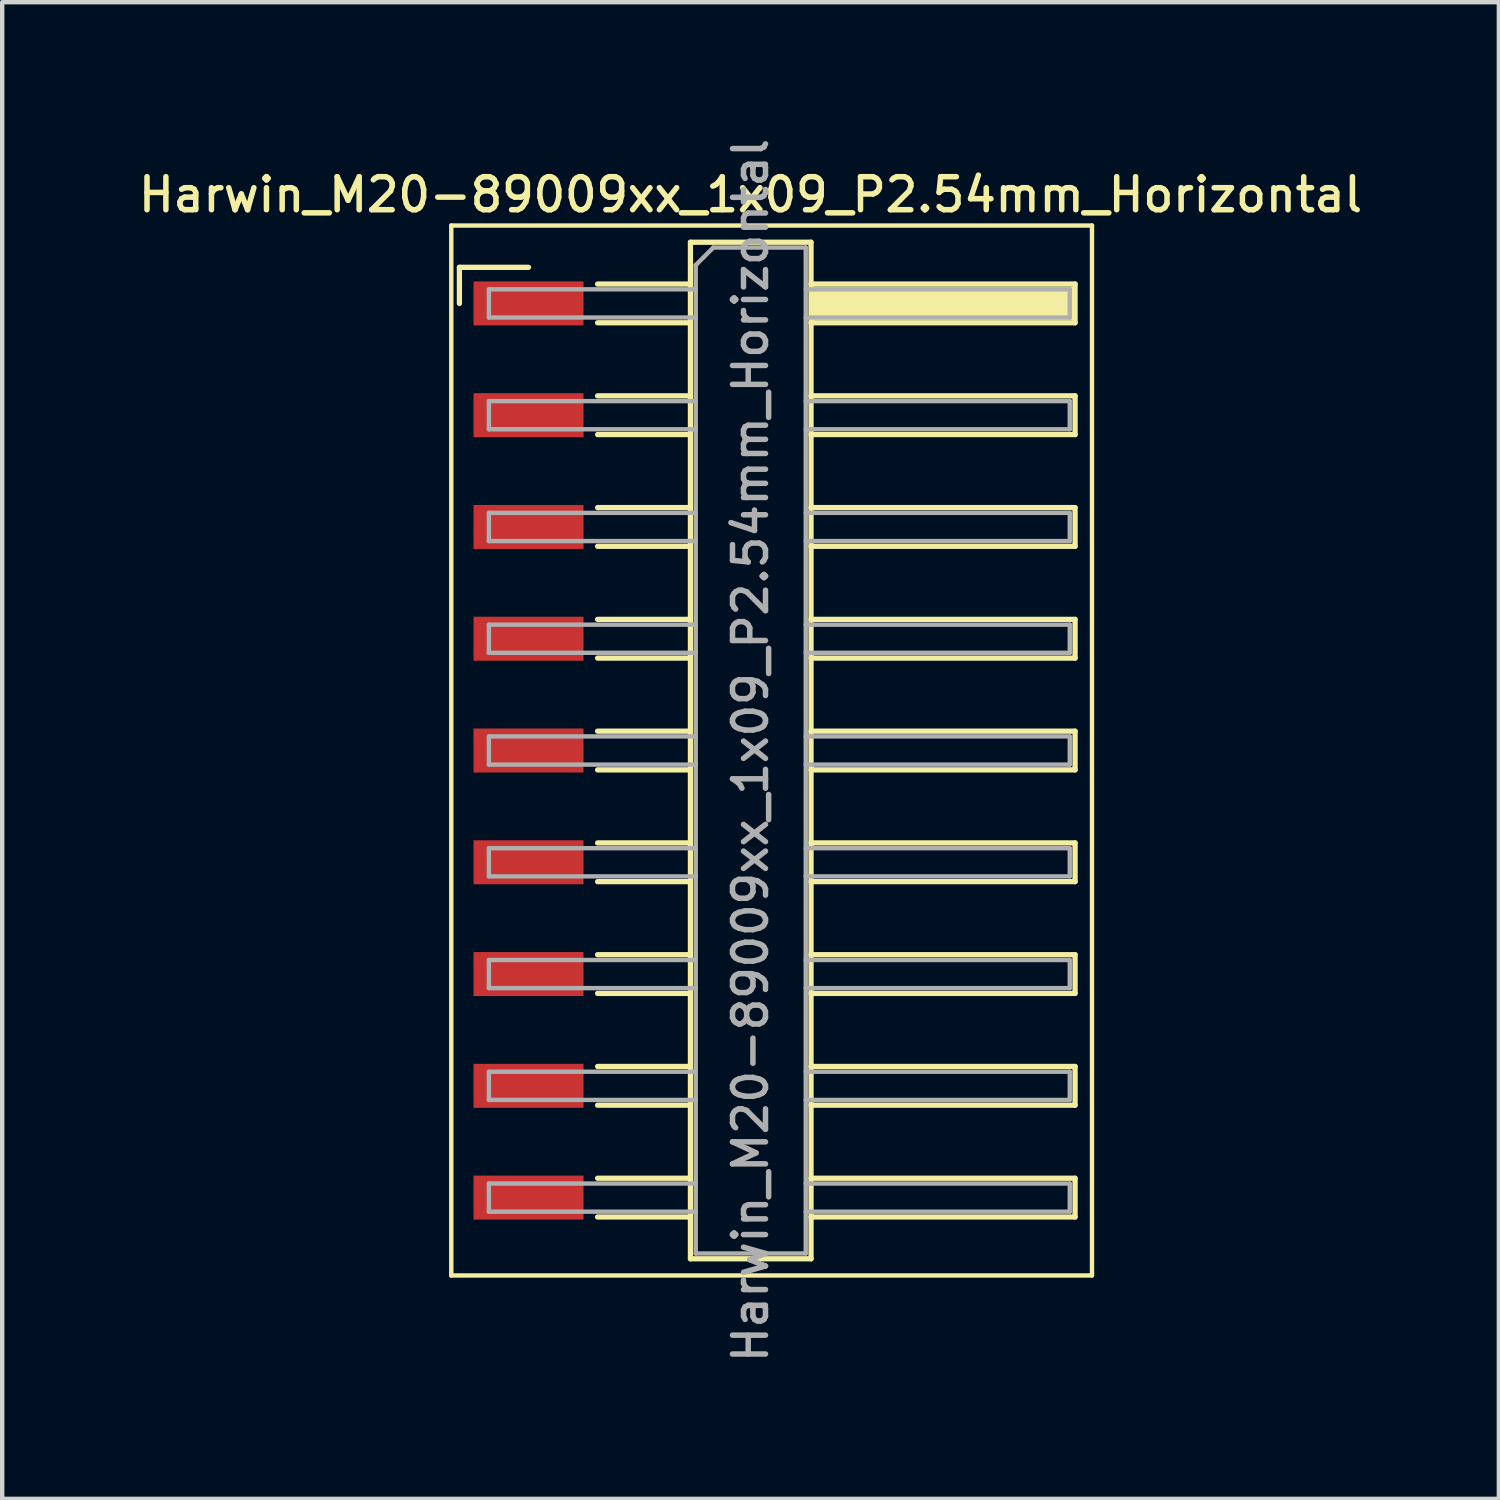
<source format=kicad_pcb>
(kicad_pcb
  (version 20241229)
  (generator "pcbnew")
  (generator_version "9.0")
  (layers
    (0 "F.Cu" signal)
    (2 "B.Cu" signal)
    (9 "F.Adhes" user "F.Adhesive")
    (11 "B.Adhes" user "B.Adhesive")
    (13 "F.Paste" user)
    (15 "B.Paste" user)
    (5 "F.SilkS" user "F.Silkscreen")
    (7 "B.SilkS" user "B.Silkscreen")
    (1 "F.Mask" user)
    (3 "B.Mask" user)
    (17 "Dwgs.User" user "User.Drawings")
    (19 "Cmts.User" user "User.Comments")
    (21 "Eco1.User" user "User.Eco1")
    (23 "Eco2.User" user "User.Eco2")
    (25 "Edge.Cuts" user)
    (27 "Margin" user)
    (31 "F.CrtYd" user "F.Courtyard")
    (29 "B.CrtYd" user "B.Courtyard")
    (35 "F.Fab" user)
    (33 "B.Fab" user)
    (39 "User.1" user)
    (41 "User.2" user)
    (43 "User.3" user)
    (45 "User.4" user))
  (footprint "Harwin_M20-89009xx_1x09_P2.54mm_Horizontal"
    (layer "F.Cu")
    (at 14.485 14.005)
    (property "Reference" "Harwin_M20-89009xx_1x09_P2.54mm_Horizontal" (at -0.48 -12.63 0) (layer "F.SilkS") (effects (font (size 0.75 0.75) (thickness 0.125))))
    (attr smd)
    (fp_line (start -7.28 -11.93) (end 7.28 -11.93) (stroke (width 0.1) (type solid)) (layer "F.SilkS"))
    (fp_line (start -7.28 11.93) (end -7.28 -11.93) (stroke (width 0.1) (type solid)) (layer "F.SilkS"))
    (fp_line (start -7.095 -10.98) (end -5.525 -10.98) (stroke (width 0.12) (type solid)) (layer "F.SilkS"))
    (fp_line (start -7.095 -10.16) (end -7.095 -10.98) (stroke (width 0.12) (type solid)) (layer "F.SilkS"))
    (fp_line (start -3.955 -10.6) (end -1.845 -10.6) (stroke (width 0.12) (type solid)) (layer "F.SilkS"))
    (fp_line (start -3.955 -9.72) (end -1.845 -9.72) (stroke (width 0.12) (type solid)) (layer "F.SilkS"))
    (fp_line (start -3.955 -8.06) (end -1.845 -8.06) (stroke (width 0.12) (type solid)) (layer "F.SilkS"))
    (fp_line (start -3.955 -7.18) (end -1.845 -7.18) (stroke (width 0.12) (type solid)) (layer "F.SilkS"))
    (fp_line (start -3.955 -5.52) (end -1.845 -5.52) (stroke (width 0.12) (type solid)) (layer "F.SilkS"))
    (fp_line (start -3.955 -4.64) (end -1.845 -4.64) (stroke (width 0.12) (type solid)) (layer "F.SilkS"))
    (fp_line (start -3.955 -2.98) (end -1.845 -2.98) (stroke (width 0.12) (type solid)) (layer "F.SilkS"))
    (fp_line (start -3.955 -2.1) (end -1.845 -2.1) (stroke (width 0.12) (type solid)) (layer "F.SilkS"))
    (fp_line (start -3.955 -0.44) (end -1.845 -0.44) (stroke (width 0.12) (type solid)) (layer "F.SilkS"))
    (fp_line (start -3.955 0.44) (end -1.845 0.44) (stroke (width 0.12) (type solid)) (layer "F.SilkS"))
    (fp_line (start -3.955 2.1) (end -1.845 2.1) (stroke (width 0.12) (type solid)) (layer "F.SilkS"))
    (fp_line (start -3.955 2.98) (end -1.845 2.98) (stroke (width 0.12) (type solid)) (layer "F.SilkS"))
    (fp_line (start -3.955 4.64) (end -1.845 4.64) (stroke (width 0.12) (type solid)) (layer "F.SilkS"))
    (fp_line (start -3.955 5.52) (end -1.845 5.52) (stroke (width 0.12) (type solid)) (layer "F.SilkS"))
    (fp_line (start -3.955 7.18) (end -1.845 7.18) (stroke (width 0.12) (type solid)) (layer "F.SilkS"))
    (fp_line (start -3.955 8.06) (end -1.845 8.06) (stroke (width 0.12) (type solid)) (layer "F.SilkS"))
    (fp_line (start -3.955 9.72) (end -1.845 9.72) (stroke (width 0.12) (type solid)) (layer "F.SilkS"))
    (fp_line (start -3.955 10.6) (end -1.845 10.6) (stroke (width 0.12) (type solid)) (layer "F.SilkS"))
    (fp_line (start -1.845 -11.55) (end 0.895 -11.55) (stroke (width 0.12) (type solid)) (layer "F.SilkS"))
    (fp_line (start -1.845 11.55) (end -1.845 -11.55) (stroke (width 0.12) (type solid)) (layer "F.SilkS"))
    (fp_line (start 0.895 -11.55) (end 0.895 11.55) (stroke (width 0.12) (type solid)) (layer "F.SilkS"))
    (fp_line (start 0.895 -10.6) (end 6.895 -10.6) (stroke (width 0.12) (type solid)) (layer "F.SilkS"))
    (fp_line (start 0.895 -8.06) (end 6.895 -8.06) (stroke (width 0.12) (type solid)) (layer "F.SilkS"))
    (fp_line (start 0.895 -5.52) (end 6.895 -5.52) (stroke (width 0.12) (type solid)) (layer "F.SilkS"))
    (fp_line (start 0.895 -2.98) (end 6.895 -2.98) (stroke (width 0.12) (type solid)) (layer "F.SilkS"))
    (fp_line (start 0.895 -0.44) (end 6.895 -0.44) (stroke (width 0.12) (type solid)) (layer "F.SilkS"))
    (fp_line (start 0.895 2.1) (end 6.895 2.1) (stroke (width 0.12) (type solid)) (layer "F.SilkS"))
    (fp_line (start 0.895 4.64) (end 6.895 4.64) (stroke (width 0.12) (type solid)) (layer "F.SilkS"))
    (fp_line (start 0.895 7.18) (end 6.895 7.18) (stroke (width 0.12) (type solid)) (layer "F.SilkS"))
    (fp_line (start 0.895 9.72) (end 6.895 9.72) (stroke (width 0.12) (type solid)) (layer "F.SilkS"))
    (fp_line (start 0.895 11.55) (end -1.845 11.55) (stroke (width 0.12) (type solid)) (layer "F.SilkS"))
    (fp_line (start 6.895 -10.6) (end 6.895 -9.72) (stroke (width 0.12) (type solid)) (layer "F.SilkS"))
    (fp_line (start 6.895 -9.72) (end 0.895 -9.72) (stroke (width 0.12) (type solid)) (layer "F.SilkS"))
    (fp_line (start 6.895 -8.06) (end 6.895 -7.18) (stroke (width 0.12) (type solid)) (layer "F.SilkS"))
    (fp_line (start 6.895 -7.18) (end 0.895 -7.18) (stroke (width 0.12) (type solid)) (layer "F.SilkS"))
    (fp_line (start 6.895 -5.52) (end 6.895 -4.64) (stroke (width 0.12) (type solid)) (layer "F.SilkS"))
    (fp_line (start 6.895 -4.64) (end 0.895 -4.64) (stroke (width 0.12) (type solid)) (layer "F.SilkS"))
    (fp_line (start 6.895 -2.98) (end 6.895 -2.1) (stroke (width 0.12) (type solid)) (layer "F.SilkS"))
    (fp_line (start 6.895 -2.1) (end 0.895 -2.1) (stroke (width 0.12) (type solid)) (layer "F.SilkS"))
    (fp_line (start 6.895 -0.44) (end 6.895 0.44) (stroke (width 0.12) (type solid)) (layer "F.SilkS"))
    (fp_line (start 6.895 0.44) (end 0.895 0.44) (stroke (width 0.12) (type solid)) (layer "F.SilkS"))
    (fp_line (start 6.895 2.1) (end 6.895 2.98) (stroke (width 0.12) (type solid)) (layer "F.SilkS"))
    (fp_line (start 6.895 2.98) (end 0.895 2.98) (stroke (width 0.12) (type solid)) (layer "F.SilkS"))
    (fp_line (start 6.895 4.64) (end 6.895 5.52) (stroke (width 0.12) (type solid)) (layer "F.SilkS"))
    (fp_line (start 6.895 5.52) (end 0.895 5.52) (stroke (width 0.12) (type solid)) (layer "F.SilkS"))
    (fp_line (start 6.895 7.18) (end 6.895 8.06) (stroke (width 0.12) (type solid)) (layer "F.SilkS"))
    (fp_line (start 6.895 8.06) (end 0.895 8.06) (stroke (width 0.12) (type solid)) (layer "F.SilkS"))
    (fp_line (start 6.895 9.72) (end 6.895 10.6) (stroke (width 0.12) (type solid)) (layer "F.SilkS"))
    (fp_line (start 6.895 10.6) (end 0.895 10.6) (stroke (width 0.12) (type solid)) (layer "F.SilkS"))
    (fp_line (start 7.28 -11.93) (end 7.28 11.93) (stroke (width 0.1) (type solid)) (layer "F.SilkS"))
    (fp_line (start 7.28 11.93) (end -7.28 11.93) (stroke (width 0.1) (type solid)) (layer "F.SilkS"))
    (fp_line (start -6.425 -10.48) (end -6.425 -9.84) (stroke (width 0.1) (type solid)) (layer "F.Fab"))
    (fp_line (start -6.425 -9.84) (end -1.725 -9.84) (stroke (width 0.1) (type solid)) (layer "F.Fab"))
    (fp_line (start -6.425 -7.94) (end -6.425 -7.3) (stroke (width 0.1) (type solid)) (layer "F.Fab"))
    (fp_line (start -6.425 -7.3) (end -1.725 -7.3) (stroke (width 0.1) (type solid)) (layer "F.Fab"))
    (fp_line (start -6.425 -5.4) (end -6.425 -4.76) (stroke (width 0.1) (type solid)) (layer "F.Fab"))
    (fp_line (start -6.425 -4.76) (end -1.725 -4.76) (stroke (width 0.1) (type solid)) (layer "F.Fab"))
    (fp_line (start -6.425 -2.86) (end -6.425 -2.22) (stroke (width 0.1) (type solid)) (layer "F.Fab"))
    (fp_line (start -6.425 -2.22) (end -1.725 -2.22) (stroke (width 0.1) (type solid)) (layer "F.Fab"))
    (fp_line (start -6.425 -0.32) (end -6.425 0.32) (stroke (width 0.1) (type solid)) (layer "F.Fab"))
    (fp_line (start -6.425 0.32) (end -1.725 0.32) (stroke (width 0.1) (type solid)) (layer "F.Fab"))
    (fp_line (start -6.425 2.22) (end -6.425 2.86) (stroke (width 0.1) (type solid)) (layer "F.Fab"))
    (fp_line (start -6.425 2.86) (end -1.725 2.86) (stroke (width 0.1) (type solid)) (layer "F.Fab"))
    (fp_line (start -6.425 4.76) (end -6.425 5.4) (stroke (width 0.1) (type solid)) (layer "F.Fab"))
    (fp_line (start -6.425 5.4) (end -1.725 5.4) (stroke (width 0.1) (type solid)) (layer "F.Fab"))
    (fp_line (start -6.425 7.3) (end -6.425 7.94) (stroke (width 0.1) (type solid)) (layer "F.Fab"))
    (fp_line (start -6.425 7.94) (end -1.725 7.94) (stroke (width 0.1) (type solid)) (layer "F.Fab"))
    (fp_line (start -6.425 9.84) (end -6.425 10.48) (stroke (width 0.1) (type solid)) (layer "F.Fab"))
    (fp_line (start -6.425 10.48) (end -1.725 10.48) (stroke (width 0.1) (type solid)) (layer "F.Fab"))
    (fp_line (start -1.725 -11.03) (end -1.325 -11.43) (stroke (width 0.1) (type solid)) (layer "F.Fab"))
    (fp_line (start -1.725 -10.48) (end -6.425 -10.48) (stroke (width 0.1) (type solid)) (layer "F.Fab"))
    (fp_line (start -1.725 -7.94) (end -6.425 -7.94) (stroke (width 0.1) (type solid)) (layer "F.Fab"))
    (fp_line (start -1.725 -5.4) (end -6.425 -5.4) (stroke (width 0.1) (type solid)) (layer "F.Fab"))
    (fp_line (start -1.725 -2.86) (end -6.425 -2.86) (stroke (width 0.1) (type solid)) (layer "F.Fab"))
    (fp_line (start -1.725 -0.32) (end -6.425 -0.32) (stroke (width 0.1) (type solid)) (layer "F.Fab"))
    (fp_line (start -1.725 2.22) (end -6.425 2.22) (stroke (width 0.1) (type solid)) (layer "F.Fab"))
    (fp_line (start -1.725 4.76) (end -6.425 4.76) (stroke (width 0.1) (type solid)) (layer "F.Fab"))
    (fp_line (start -1.725 7.3) (end -6.425 7.3) (stroke (width 0.1) (type solid)) (layer "F.Fab"))
    (fp_line (start -1.725 9.84) (end -6.425 9.84) (stroke (width 0.1) (type solid)) (layer "F.Fab"))
    (fp_line (start -1.725 11.43) (end -1.725 -11.03) (stroke (width 0.1) (type solid)) (layer "F.Fab"))
    (fp_line (start -1.325 -11.43) (end 0.775 -11.43) (stroke (width 0.1) (type solid)) (layer "F.Fab"))
    (fp_line (start 0.775 -11.43) (end 0.775 11.43) (stroke (width 0.1) (type solid)) (layer "F.Fab"))
    (fp_line (start 0.775 -10.48) (end 6.775 -10.48) (stroke (width 0.1) (type solid)) (layer "F.Fab"))
    (fp_line (start 0.775 -7.94) (end 6.775 -7.94) (stroke (width 0.1) (type solid)) (layer "F.Fab"))
    (fp_line (start 0.775 -5.4) (end 6.775 -5.4) (stroke (width 0.1) (type solid)) (layer "F.Fab"))
    (fp_line (start 0.775 -2.86) (end 6.775 -2.86) (stroke (width 0.1) (type solid)) (layer "F.Fab"))
    (fp_line (start 0.775 -0.32) (end 6.775 -0.32) (stroke (width 0.1) (type solid)) (layer "F.Fab"))
    (fp_line (start 0.775 2.22) (end 6.775 2.22) (stroke (width 0.1) (type solid)) (layer "F.Fab"))
    (fp_line (start 0.775 4.76) (end 6.775 4.76) (stroke (width 0.1) (type solid)) (layer "F.Fab"))
    (fp_line (start 0.775 7.3) (end 6.775 7.3) (stroke (width 0.1) (type solid)) (layer "F.Fab"))
    (fp_line (start 0.775 9.84) (end 6.775 9.84) (stroke (width 0.1) (type solid)) (layer "F.Fab"))
    (fp_line (start 0.775 11.43) (end -1.725 11.43) (stroke (width 0.1) (type solid)) (layer "F.Fab"))
    (fp_line (start 6.775 -10.48) (end 6.775 -9.84) (stroke (width 0.1) (type solid)) (layer "F.Fab"))
    (fp_line (start 6.775 -9.84) (end 0.775 -9.84) (stroke (width 0.1) (type solid)) (layer "F.Fab"))
    (fp_line (start 6.775 -7.94) (end 6.775 -7.3) (stroke (width 0.1) (type solid)) (layer "F.Fab"))
    (fp_line (start 6.775 -7.3) (end 0.775 -7.3) (stroke (width 0.1) (type solid)) (layer "F.Fab"))
    (fp_line (start 6.775 -5.4) (end 6.775 -4.76) (stroke (width 0.1) (type solid)) (layer "F.Fab"))
    (fp_line (start 6.775 -4.76) (end 0.775 -4.76) (stroke (width 0.1) (type solid)) (layer "F.Fab"))
    (fp_line (start 6.775 -2.86) (end 6.775 -2.22) (stroke (width 0.1) (type solid)) (layer "F.Fab"))
    (fp_line (start 6.775 -2.22) (end 0.775 -2.22) (stroke (width 0.1) (type solid)) (layer "F.Fab"))
    (fp_line (start 6.775 -0.32) (end 6.775 0.32) (stroke (width 0.1) (type solid)) (layer "F.Fab"))
    (fp_line (start 6.775 0.32) (end 0.775 0.32) (stroke (width 0.1) (type solid)) (layer "F.Fab"))
    (fp_line (start 6.775 2.22) (end 6.775 2.86) (stroke (width 0.1) (type solid)) (layer "F.Fab"))
    (fp_line (start 6.775 2.86) (end 0.775 2.86) (stroke (width 0.1) (type solid)) (layer "F.Fab"))
    (fp_line (start 6.775 4.76) (end 6.775 5.4) (stroke (width 0.1) (type solid)) (layer "F.Fab"))
    (fp_line (start 6.775 5.4) (end 0.775 5.4) (stroke (width 0.1) (type solid)) (layer "F.Fab"))
    (fp_line (start 6.775 7.3) (end 6.775 7.94) (stroke (width 0.1) (type solid)) (layer "F.Fab"))
    (fp_line (start 6.775 7.94) (end 0.775 7.94) (stroke (width 0.1) (type solid)) (layer "F.Fab"))
    (fp_line (start 6.775 9.84) (end 6.775 10.48) (stroke (width 0.1) (type solid)) (layer "F.Fab"))
    (fp_line (start 6.775 10.48) (end 0.775 10.48) (stroke (width 0.1) (type solid)) (layer "F.Fab"))
    (fp_text user "${REFERENCE}" (at -0.48 0 90) (layer "F.Fab") (effects (font (size 0.75 0.75) (thickness 0.125))))
    (pad "" smd rect (at 3.895 -10.16) (size 6 0.76) (layers "F.SilkS"))
    (pad "1" smd rect (at -5.525 -10.16) (size 2.5 1) (layers "F.Cu" "F.Mask" "F.Paste"))
    (pad "2" smd rect (at -5.525 -7.62) (size 2.5 1) (layers "F.Cu" "F.Mask" "F.Paste"))
    (pad "3" smd rect (at -5.525 -5.08) (size 2.5 1) (layers "F.Cu" "F.Mask" "F.Paste"))
    (pad "4" smd rect (at -5.525 -2.54) (size 2.5 1) (layers "F.Cu" "F.Mask" "F.Paste"))
    (pad "5" smd rect (at -5.525 0) (size 2.5 1) (layers "F.Cu" "F.Mask" "F.Paste"))
    (pad "6" smd rect (at -5.525 2.54) (size 2.5 1) (layers "F.Cu" "F.Mask" "F.Paste"))
    (pad "7" smd rect (at -5.525 5.08) (size 2.5 1) (layers "F.Cu" "F.Mask" "F.Paste"))
    (pad "8" smd rect (at -5.525 7.62) (size 2.5 1) (layers "F.Cu" "F.Mask" "F.Paste"))
    (pad "9" smd rect (at -5.525 10.16) (size 2.5 1) (layers "F.Cu" "F.Mask" "F.Paste")))
  (gr_rect
    (start -3 -3)
    (end 31.011 31.011)
    (stroke (width 0.1) (type default))
    (fill no)
    (layer "Edge.Cuts")))
</source>
